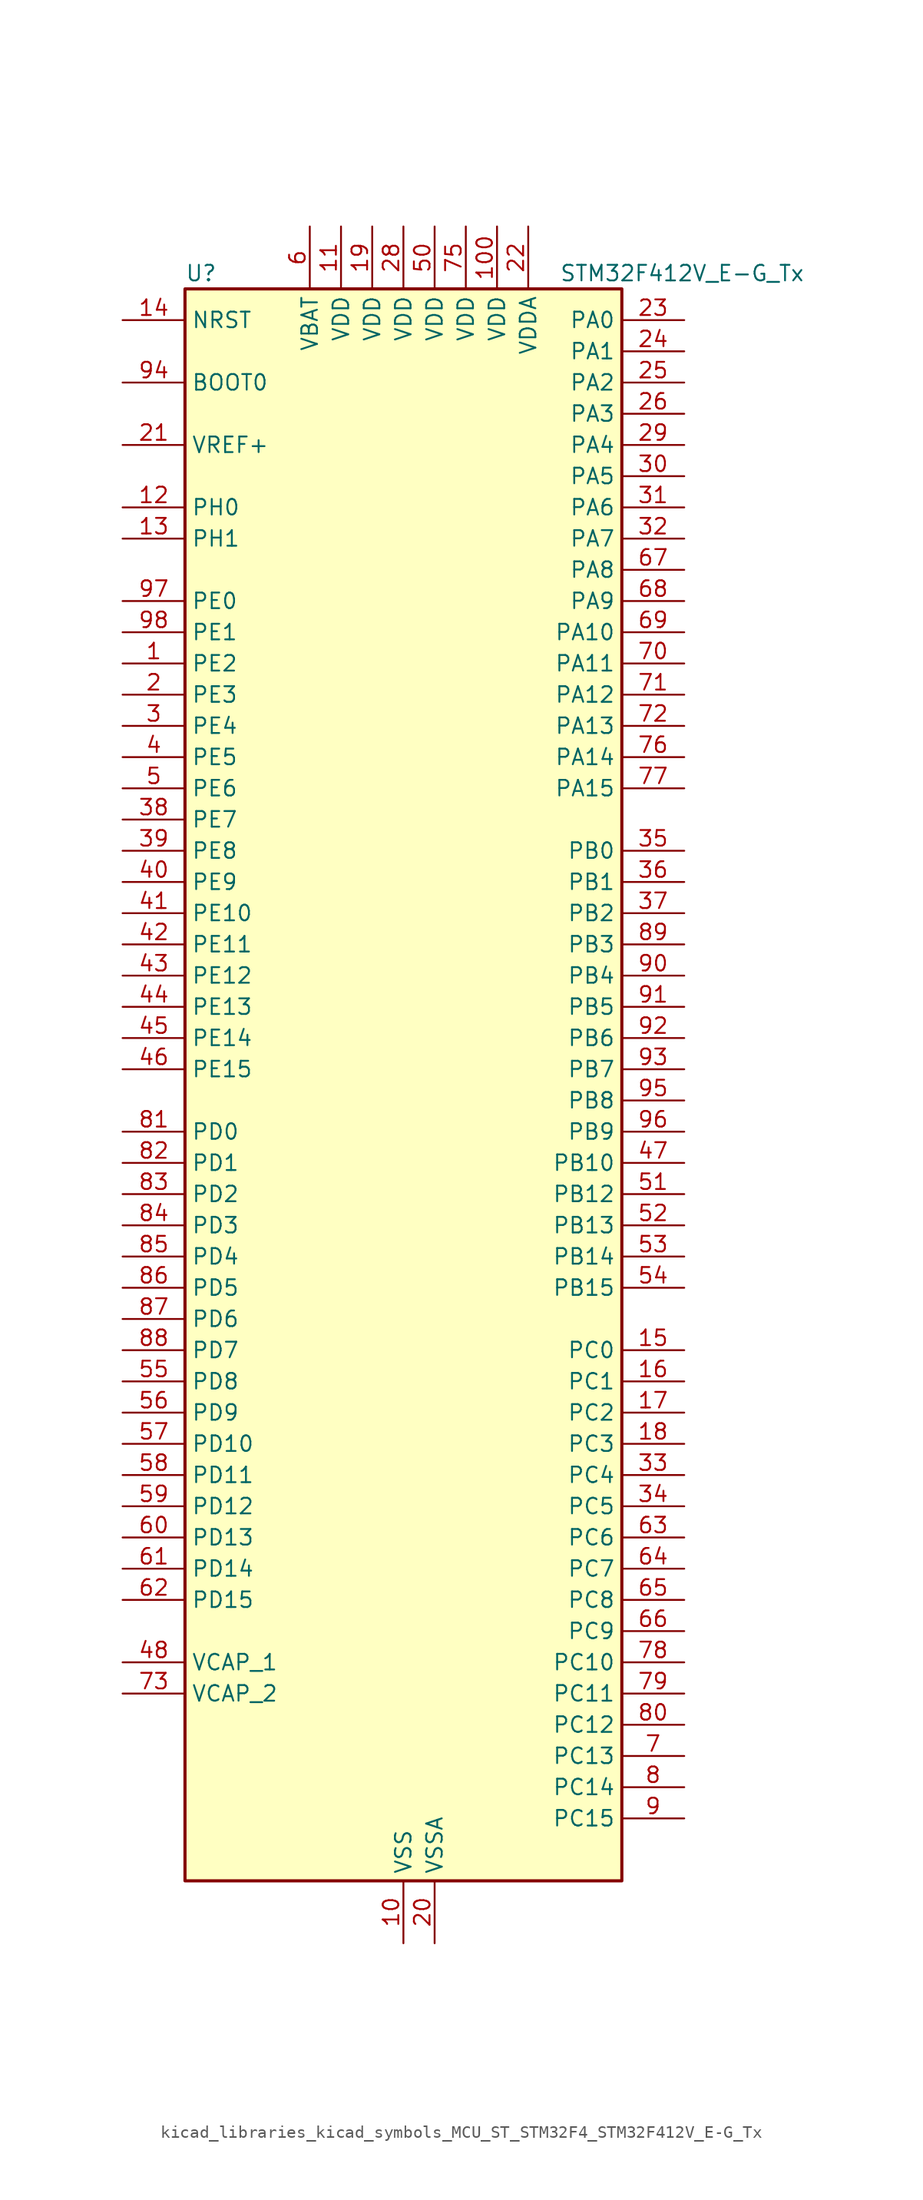
<source format=kicad_sym>
(kicad_symbol_lib
  (version 20220914)
  (generator kicad_symbol_editor)
  (symbol "kicad_libraries_kicad_symbols_MCU_ST_STM32F4_STM32F412V_E-G_Tx"
    (property "Reference" "U"
      (at -17.78 67.31 0)
      (effects (font (size 1.27 1.27)) (justify left)))
    (property "Value" "STM32F412V_E-G_Tx"
      (at 12.7 67.31 0)
      (effects (font (size 1.27 1.27)) (justify left)))
    (property "ki_locked" ""
      (at 0 0 0)
      (effects (font (size 1.27 1.27))))
    (symbol "kicad_libraries_kicad_symbols_MCU_ST_STM32F4_STM32F412V_E-G_Tx_0_1"
      (rectangle (start -17.78 -63.5) (end 17.78 66.04) (stroke (width 0.254) (type default)) (fill (type background))))
    (symbol "kicad_libraries_kicad_symbols_MCU_ST_STM32F4_STM32F412V_E-G_Tx_1_1"
      (pin bidirectional line (at -22.86 35.56 0) (length 5.08) (name "PE2" (effects (font (size 1.27 1.27)))) (number "1" (effects (font (size 1.27 1.27)))) (alternate "FSMC_A23" bidirectional line) (alternate "I2S4_CK" bidirectional line) (alternate "I2S5_CK" bidirectional line) (alternate "QUADSPI_BK1_IO2" bidirectional line) (alternate "SPI4_SCK" bidirectional line) (alternate "SPI5_SCK" bidirectional line) (alternate "SYS_TRACECLK" bidirectional line))
      (pin power_in line (at 0 -68.58 90) (length 5.08) (name "VSS" (effects (font (size 1.27 1.27)))) (number "10" (effects (font (size 1.27 1.27)))))
      (pin power_in line (at 7.62 71.12 270) (length 5.08) (name "VDD" (effects (font (size 1.27 1.27)))) (number "100" (effects (font (size 1.27 1.27)))))
      (pin power_in line (at -5.08 71.12 270) (length 5.08) (name "VDD" (effects (font (size 1.27 1.27)))) (number "11" (effects (font (size 1.27 1.27)))))
      (pin bidirectional line (at -22.86 48.26 0) (length 5.08) (name "PH0" (effects (font (size 1.27 1.27)))) (number "12" (effects (font (size 1.27 1.27)))) (alternate "RCC_OSC_IN" bidirectional line))
      (pin bidirectional line (at -22.86 45.72 0) (length 5.08) (name "PH1" (effects (font (size 1.27 1.27)))) (number "13" (effects (font (size 1.27 1.27)))) (alternate "RCC_OSC_OUT" bidirectional line))
      (pin input line (at -22.86 63.5 0) (length 5.08) (name "NRST" (effects (font (size 1.27 1.27)))) (number "14" (effects (font (size 1.27 1.27)))))
      (pin bidirectional line (at 22.86 -20.32 180) (length 5.08) (name "PC0" (effects (font (size 1.27 1.27)))) (number "15" (effects (font (size 1.27 1.27)))) (alternate "ADC1_IN10" bidirectional line) (alternate "SYS_WKUP2" bidirectional line))
      (pin bidirectional line (at 22.86 -22.86 180) (length 5.08) (name "PC1" (effects (font (size 1.27 1.27)))) (number "16" (effects (font (size 1.27 1.27)))) (alternate "ADC1_IN11" bidirectional line) (alternate "SYS_WKUP3" bidirectional line))
      (pin bidirectional line (at 22.86 -25.4 180) (length 5.08) (name "PC2" (effects (font (size 1.27 1.27)))) (number "17" (effects (font (size 1.27 1.27)))) (alternate "ADC1_IN12" bidirectional line) (alternate "DFSDM1_CKOUT" bidirectional line) (alternate "FSMC_NWE" bidirectional line) (alternate "I2S2_ext_SD" bidirectional line) (alternate "SPI2_MISO" bidirectional line))
      (pin bidirectional line (at 22.86 -27.94 180) (length 5.08) (name "PC3" (effects (font (size 1.27 1.27)))) (number "18" (effects (font (size 1.27 1.27)))) (alternate "ADC1_IN13" bidirectional line) (alternate "FSMC_A0" bidirectional line) (alternate "I2S2_SD" bidirectional line) (alternate "SPI2_MOSI" bidirectional line))
      (pin power_in line (at -2.54 71.12 270) (length 5.08) (name "VDD" (effects (font (size 1.27 1.27)))) (number "19" (effects (font (size 1.27 1.27)))))
      (pin bidirectional line (at -22.86 33.02 0) (length 5.08) (name "PE3" (effects (font (size 1.27 1.27)))) (number "2" (effects (font (size 1.27 1.27)))) (alternate "FSMC_A19" bidirectional line) (alternate "SYS_TRACED0" bidirectional line))
      (pin power_in line (at 2.54 -68.58 90) (length 5.08) (name "VSSA" (effects (font (size 1.27 1.27)))) (number "20" (effects (font (size 1.27 1.27)))))
      (pin input line (at -22.86 53.34 0) (length 5.08) (name "VREF+" (effects (font (size 1.27 1.27)))) (number "21" (effects (font (size 1.27 1.27)))))
      (pin power_in line (at 10.16 71.12 270) (length 5.08) (name "VDDA" (effects (font (size 1.27 1.27)))) (number "22" (effects (font (size 1.27 1.27)))))
      (pin bidirectional line (at 22.86 63.5 180) (length 5.08) (name "PA0" (effects (font (size 1.27 1.27)))) (number "23" (effects (font (size 1.27 1.27)))) (alternate "ADC1_IN0" bidirectional line) (alternate "SYS_WKUP1" bidirectional line) (alternate "TIM2_CH1" bidirectional line) (alternate "TIM2_ETR" bidirectional line) (alternate "TIM5_CH1" bidirectional line) (alternate "TIM8_ETR" bidirectional line) (alternate "USART2_CTS" bidirectional line))
      (pin bidirectional line (at 22.86 60.96 180) (length 5.08) (name "PA1" (effects (font (size 1.27 1.27)))) (number "24" (effects (font (size 1.27 1.27)))) (alternate "ADC1_IN1" bidirectional line) (alternate "I2S4_SD" bidirectional line) (alternate "QUADSPI_BK1_IO3" bidirectional line) (alternate "SPI4_MOSI" bidirectional line) (alternate "TIM2_CH2" bidirectional line) (alternate "TIM5_CH2" bidirectional line) (alternate "USART2_RTS" bidirectional line))
      (pin bidirectional line (at 22.86 58.42 180) (length 5.08) (name "PA2" (effects (font (size 1.27 1.27)))) (number "25" (effects (font (size 1.27 1.27)))) (alternate "ADC1_IN2" bidirectional line) (alternate "FSMC_D4" bidirectional line) (alternate "FSMC_DA4" bidirectional line) (alternate "I2S_CKIN" bidirectional line) (alternate "TIM2_CH3" bidirectional line) (alternate "TIM5_CH3" bidirectional line) (alternate "TIM9_CH1" bidirectional line) (alternate "USART2_TX" bidirectional line))
      (pin bidirectional line (at 22.86 55.88 180) (length 5.08) (name "PA3" (effects (font (size 1.27 1.27)))) (number "26" (effects (font (size 1.27 1.27)))) (alternate "ADC1_IN3" bidirectional line) (alternate "FSMC_D5" bidirectional line) (alternate "FSMC_DA5" bidirectional line) (alternate "I2S2_MCK" bidirectional line) (alternate "TIM2_CH4" bidirectional line) (alternate "TIM5_CH4" bidirectional line) (alternate "TIM9_CH2" bidirectional line) (alternate "USART2_RX" bidirectional line))
      (pin passive line (at 0 -68.58 90) (length 5.08) hide (name "VSS" (effects (font (size 1.27 1.27)))) (number "27" (effects (font (size 1.27 1.27)))))
      (pin power_in line (at 0 71.12 270) (length 5.08) (name "VDD" (effects (font (size 1.27 1.27)))) (number "28" (effects (font (size 1.27 1.27)))))
      (pin bidirectional line (at 22.86 53.34 180) (length 5.08) (name "PA4" (effects (font (size 1.27 1.27)))) (number "29" (effects (font (size 1.27 1.27)))) (alternate "ADC1_IN4" bidirectional line) (alternate "DFSDM1_DATIN1" bidirectional line) (alternate "FSMC_D6" bidirectional line) (alternate "FSMC_DA6" bidirectional line) (alternate "I2S1_WS" bidirectional line) (alternate "I2S3_WS" bidirectional line) (alternate "SPI1_NSS" bidirectional line) (alternate "SPI3_NSS" bidirectional line) (alternate "USART2_CK" bidirectional line))
      (pin bidirectional line (at -22.86 30.48 0) (length 5.08) (name "PE4" (effects (font (size 1.27 1.27)))) (number "3" (effects (font (size 1.27 1.27)))) (alternate "DFSDM1_DATIN3" bidirectional line) (alternate "FSMC_A20" bidirectional line) (alternate "I2S4_WS" bidirectional line) (alternate "I2S5_WS" bidirectional line) (alternate "SPI4_NSS" bidirectional line) (alternate "SPI5_NSS" bidirectional line) (alternate "SYS_TRACED1" bidirectional line))
      (pin bidirectional line (at 22.86 50.8 180) (length 5.08) (name "PA5" (effects (font (size 1.27 1.27)))) (number "30" (effects (font (size 1.27 1.27)))) (alternate "ADC1_IN5" bidirectional line) (alternate "DFSDM1_CKIN1" bidirectional line) (alternate "FSMC_D7" bidirectional line) (alternate "FSMC_DA7" bidirectional line) (alternate "I2S1_CK" bidirectional line) (alternate "SPI1_SCK" bidirectional line) (alternate "TIM2_CH1" bidirectional line) (alternate "TIM2_ETR" bidirectional line) (alternate "TIM8_CH1N" bidirectional line))
      (pin bidirectional line (at 22.86 48.26 180) (length 5.08) (name "PA6" (effects (font (size 1.27 1.27)))) (number "31" (effects (font (size 1.27 1.27)))) (alternate "ADC1_IN6" bidirectional line) (alternate "I2S2_MCK" bidirectional line) (alternate "QUADSPI_BK2_IO0" bidirectional line) (alternate "SDIO_CMD" bidirectional line) (alternate "SPI1_MISO" bidirectional line) (alternate "TIM13_CH1" bidirectional line) (alternate "TIM1_BKIN" bidirectional line) (alternate "TIM3_CH1" bidirectional line) (alternate "TIM8_BKIN" bidirectional line))
      (pin bidirectional line (at 22.86 45.72 180) (length 5.08) (name "PA7" (effects (font (size 1.27 1.27)))) (number "32" (effects (font (size 1.27 1.27)))) (alternate "ADC1_IN7" bidirectional line) (alternate "I2S1_SD" bidirectional line) (alternate "QUADSPI_BK2_IO1" bidirectional line) (alternate "SPI1_MOSI" bidirectional line) (alternate "TIM14_CH1" bidirectional line) (alternate "TIM1_CH1N" bidirectional line) (alternate "TIM3_CH2" bidirectional line) (alternate "TIM8_CH1N" bidirectional line))
      (pin bidirectional line (at 22.86 -30.48 180) (length 5.08) (name "PC4" (effects (font (size 1.27 1.27)))) (number "33" (effects (font (size 1.27 1.27)))) (alternate "ADC1_IN14" bidirectional line) (alternate "FSMC_NE4" bidirectional line) (alternate "I2S1_MCK" bidirectional line) (alternate "QUADSPI_BK2_IO2" bidirectional line))
      (pin bidirectional line (at 22.86 -33.02 180) (length 5.08) (name "PC5" (effects (font (size 1.27 1.27)))) (number "34" (effects (font (size 1.27 1.27)))) (alternate "ADC1_IN15" bidirectional line) (alternate "FMPI2C1_SMBA" bidirectional line) (alternate "FSMC_NOE" bidirectional line) (alternate "QUADSPI_BK2_IO3" bidirectional line) (alternate "USART3_RX" bidirectional line))
      (pin bidirectional line (at 22.86 20.32 180) (length 5.08) (name "PB0" (effects (font (size 1.27 1.27)))) (number "35" (effects (font (size 1.27 1.27)))) (alternate "ADC1_IN8" bidirectional line) (alternate "I2S5_CK" bidirectional line) (alternate "SPI5_SCK" bidirectional line) (alternate "TIM1_CH2N" bidirectional line) (alternate "TIM3_CH3" bidirectional line) (alternate "TIM8_CH2N" bidirectional line))
      (pin bidirectional line (at 22.86 17.78 180) (length 5.08) (name "PB1" (effects (font (size 1.27 1.27)))) (number "36" (effects (font (size 1.27 1.27)))) (alternate "ADC1_IN9" bidirectional line) (alternate "DFSDM1_DATIN0" bidirectional line) (alternate "I2S5_WS" bidirectional line) (alternate "QUADSPI_CLK" bidirectional line) (alternate "SPI5_NSS" bidirectional line) (alternate "TIM1_CH3N" bidirectional line) (alternate "TIM3_CH4" bidirectional line) (alternate "TIM8_CH3N" bidirectional line))
      (pin bidirectional line (at 22.86 15.24 180) (length 5.08) (name "PB2" (effects (font (size 1.27 1.27)))) (number "37" (effects (font (size 1.27 1.27)))) (alternate "DFSDM1_CKIN0" bidirectional line) (alternate "QUADSPI_CLK" bidirectional line))
      (pin bidirectional line (at -22.86 22.86 0) (length 5.08) (name "PE7" (effects (font (size 1.27 1.27)))) (number "38" (effects (font (size 1.27 1.27)))) (alternate "DFSDM1_DATIN2" bidirectional line) (alternate "FSMC_D4" bidirectional line) (alternate "FSMC_DA4" bidirectional line) (alternate "QUADSPI_BK2_IO0" bidirectional line) (alternate "TIM1_ETR" bidirectional line))
      (pin bidirectional line (at -22.86 20.32 0) (length 5.08) (name "PE8" (effects (font (size 1.27 1.27)))) (number "39" (effects (font (size 1.27 1.27)))) (alternate "DFSDM1_CKIN2" bidirectional line) (alternate "FSMC_D5" bidirectional line) (alternate "FSMC_DA5" bidirectional line) (alternate "QUADSPI_BK2_IO1" bidirectional line) (alternate "TIM1_CH1N" bidirectional line))
      (pin bidirectional line (at -22.86 27.94 0) (length 5.08) (name "PE5" (effects (font (size 1.27 1.27)))) (number "4" (effects (font (size 1.27 1.27)))) (alternate "DFSDM1_CKIN3" bidirectional line) (alternate "FSMC_A21" bidirectional line) (alternate "SPI4_MISO" bidirectional line) (alternate "SPI5_MISO" bidirectional line) (alternate "SYS_TRACED2" bidirectional line) (alternate "TIM9_CH1" bidirectional line))
      (pin bidirectional line (at -22.86 17.78 0) (length 5.08) (name "PE9" (effects (font (size 1.27 1.27)))) (number "40" (effects (font (size 1.27 1.27)))) (alternate "DFSDM1_CKOUT" bidirectional line) (alternate "FSMC_D6" bidirectional line) (alternate "FSMC_DA6" bidirectional line) (alternate "QUADSPI_BK2_IO2" bidirectional line) (alternate "TIM1_CH1" bidirectional line))
      (pin bidirectional line (at -22.86 15.24 0) (length 5.08) (name "PE10" (effects (font (size 1.27 1.27)))) (number "41" (effects (font (size 1.27 1.27)))) (alternate "FSMC_D7" bidirectional line) (alternate "FSMC_DA7" bidirectional line) (alternate "QUADSPI_BK2_IO3" bidirectional line) (alternate "TIM1_CH2N" bidirectional line))
      (pin bidirectional line (at -22.86 12.7 0) (length 5.08) (name "PE11" (effects (font (size 1.27 1.27)))) (number "42" (effects (font (size 1.27 1.27)))) (alternate "ADC1_EXTI11" bidirectional line) (alternate "FSMC_D8" bidirectional line) (alternate "FSMC_DA8" bidirectional line) (alternate "I2S4_WS" bidirectional line) (alternate "I2S5_WS" bidirectional line) (alternate "SPI4_NSS" bidirectional line) (alternate "SPI5_NSS" bidirectional line) (alternate "TIM1_CH2" bidirectional line))
      (pin bidirectional line (at -22.86 10.16 0) (length 5.08) (name "PE12" (effects (font (size 1.27 1.27)))) (number "43" (effects (font (size 1.27 1.27)))) (alternate "FSMC_D9" bidirectional line) (alternate "FSMC_DA9" bidirectional line) (alternate "I2S4_CK" bidirectional line) (alternate "I2S5_CK" bidirectional line) (alternate "SPI4_SCK" bidirectional line) (alternate "SPI5_SCK" bidirectional line) (alternate "TIM1_CH3N" bidirectional line))
      (pin bidirectional line (at -22.86 7.62 0) (length 5.08) (name "PE13" (effects (font (size 1.27 1.27)))) (number "44" (effects (font (size 1.27 1.27)))) (alternate "FSMC_D10" bidirectional line) (alternate "FSMC_DA10" bidirectional line) (alternate "SPI4_MISO" bidirectional line) (alternate "SPI5_MISO" bidirectional line) (alternate "TIM1_CH3" bidirectional line))
      (pin bidirectional line (at -22.86 5.08 0) (length 5.08) (name "PE14" (effects (font (size 1.27 1.27)))) (number "45" (effects (font (size 1.27 1.27)))) (alternate "FSMC_D11" bidirectional line) (alternate "FSMC_DA11" bidirectional line) (alternate "I2S4_SD" bidirectional line) (alternate "I2S5_SD" bidirectional line) (alternate "SPI4_MOSI" bidirectional line) (alternate "SPI5_MOSI" bidirectional line) (alternate "TIM1_CH4" bidirectional line))
      (pin bidirectional line (at -22.86 2.54 0) (length 5.08) (name "PE15" (effects (font (size 1.27 1.27)))) (number "46" (effects (font (size 1.27 1.27)))) (alternate "ADC1_EXTI15" bidirectional line) (alternate "FSMC_D12" bidirectional line) (alternate "FSMC_DA12" bidirectional line) (alternate "TIM1_BKIN" bidirectional line))
      (pin bidirectional line (at 22.86 -5.08 180) (length 5.08) (name "PB10" (effects (font (size 1.27 1.27)))) (number "47" (effects (font (size 1.27 1.27)))) (alternate "FMPI2C1_SCL" bidirectional line) (alternate "I2C2_SCL" bidirectional line) (alternate "I2S2_CK" bidirectional line) (alternate "I2S3_MCK" bidirectional line) (alternate "SDIO_D7" bidirectional line) (alternate "SPI2_SCK" bidirectional line) (alternate "TIM2_CH3" bidirectional line) (alternate "USART3_TX" bidirectional line))
      (pin power_out line (at -22.86 -45.72 0) (length 5.08) (name "VCAP_1" (effects (font (size 1.27 1.27)))) (number "48" (effects (font (size 1.27 1.27)))))
      (pin passive line (at 0 -68.58 90) (length 5.08) hide (name "VSS" (effects (font (size 1.27 1.27)))) (number "49" (effects (font (size 1.27 1.27)))))
      (pin bidirectional line (at -22.86 25.4 0) (length 5.08) (name "PE6" (effects (font (size 1.27 1.27)))) (number "5" (effects (font (size 1.27 1.27)))) (alternate "FSMC_A22" bidirectional line) (alternate "I2S4_SD" bidirectional line) (alternate "I2S5_SD" bidirectional line) (alternate "SPI4_MOSI" bidirectional line) (alternate "SPI5_MOSI" bidirectional line) (alternate "SYS_TRACED3" bidirectional line) (alternate "TIM9_CH2" bidirectional line))
      (pin power_in line (at 2.54 71.12 270) (length 5.08) (name "VDD" (effects (font (size 1.27 1.27)))) (number "50" (effects (font (size 1.27 1.27)))))
      (pin bidirectional line (at 22.86 -7.62 180) (length 5.08) (name "PB12" (effects (font (size 1.27 1.27)))) (number "51" (effects (font (size 1.27 1.27)))) (alternate "CAN2_RX" bidirectional line) (alternate "DFSDM1_DATIN1" bidirectional line) (alternate "FSMC_D13" bidirectional line) (alternate "FSMC_DA13" bidirectional line) (alternate "I2C2_SMBA" bidirectional line) (alternate "I2S2_WS" bidirectional line) (alternate "I2S3_CK" bidirectional line) (alternate "I2S4_WS" bidirectional line) (alternate "SPI2_NSS" bidirectional line) (alternate "SPI3_SCK" bidirectional line) (alternate "SPI4_NSS" bidirectional line) (alternate "TIM1_BKIN" bidirectional line) (alternate "USART3_CK" bidirectional line))
      (pin bidirectional line (at 22.86 -10.16 180) (length 5.08) (name "PB13" (effects (font (size 1.27 1.27)))) (number "52" (effects (font (size 1.27 1.27)))) (alternate "CAN2_TX" bidirectional line) (alternate "DFSDM1_CKIN1" bidirectional line) (alternate "FMPI2C1_SMBA" bidirectional line) (alternate "I2S2_CK" bidirectional line) (alternate "I2S4_CK" bidirectional line) (alternate "SPI2_SCK" bidirectional line) (alternate "SPI4_SCK" bidirectional line) (alternate "TIM1_CH1N" bidirectional line) (alternate "USART3_CTS" bidirectional line))
      (pin bidirectional line (at 22.86 -12.7 180) (length 5.08) (name "PB14" (effects (font (size 1.27 1.27)))) (number "53" (effects (font (size 1.27 1.27)))) (alternate "DFSDM1_DATIN2" bidirectional line) (alternate "FMPI2C1_SDA" bidirectional line) (alternate "FSMC_D0" bidirectional line) (alternate "FSMC_DA0" bidirectional line) (alternate "I2S2_ext_SD" bidirectional line) (alternate "SDIO_D6" bidirectional line) (alternate "SPI2_MISO" bidirectional line) (alternate "TIM12_CH1" bidirectional line) (alternate "TIM1_CH2N" bidirectional line) (alternate "TIM8_CH2N" bidirectional line) (alternate "USART3_RTS" bidirectional line))
      (pin bidirectional line (at 22.86 -15.24 180) (length 5.08) (name "PB15" (effects (font (size 1.27 1.27)))) (number "54" (effects (font (size 1.27 1.27)))) (alternate "ADC1_EXTI15" bidirectional line) (alternate "DFSDM1_CKIN2" bidirectional line) (alternate "FMPI2C1_SCL" bidirectional line) (alternate "I2S2_SD" bidirectional line) (alternate "RTC_REFIN" bidirectional line) (alternate "SDIO_CK" bidirectional line) (alternate "SPI2_MOSI" bidirectional line) (alternate "TIM12_CH2" bidirectional line) (alternate "TIM1_CH3N" bidirectional line) (alternate "TIM8_CH3N" bidirectional line))
      (pin bidirectional line (at -22.86 -22.86 0) (length 5.08) (name "PD8" (effects (font (size 1.27 1.27)))) (number "55" (effects (font (size 1.27 1.27)))) (alternate "FSMC_D13" bidirectional line) (alternate "FSMC_DA13" bidirectional line) (alternate "USART3_TX" bidirectional line))
      (pin bidirectional line (at -22.86 -25.4 0) (length 5.08) (name "PD9" (effects (font (size 1.27 1.27)))) (number "56" (effects (font (size 1.27 1.27)))) (alternate "FSMC_D14" bidirectional line) (alternate "FSMC_DA14" bidirectional line) (alternate "USART3_RX" bidirectional line))
      (pin bidirectional line (at -22.86 -27.94 0) (length 5.08) (name "PD10" (effects (font (size 1.27 1.27)))) (number "57" (effects (font (size 1.27 1.27)))) (alternate "FSMC_D15" bidirectional line) (alternate "FSMC_DA15" bidirectional line) (alternate "USART3_CK" bidirectional line))
      (pin bidirectional line (at -22.86 -30.48 0) (length 5.08) (name "PD11" (effects (font (size 1.27 1.27)))) (number "58" (effects (font (size 1.27 1.27)))) (alternate "ADC1_EXTI11" bidirectional line) (alternate "FMPI2C1_SMBA" bidirectional line) (alternate "FSMC_A16" bidirectional line) (alternate "QUADSPI_BK1_IO0" bidirectional line) (alternate "USART3_CTS" bidirectional line))
      (pin bidirectional line (at -22.86 -33.02 0) (length 5.08) (name "PD12" (effects (font (size 1.27 1.27)))) (number "59" (effects (font (size 1.27 1.27)))) (alternate "FMPI2C1_SCL" bidirectional line) (alternate "FSMC_A17" bidirectional line) (alternate "QUADSPI_BK1_IO1" bidirectional line) (alternate "TIM4_CH1" bidirectional line) (alternate "USART3_RTS" bidirectional line))
      (pin power_in line (at -7.62 71.12 270) (length 5.08) (name "VBAT" (effects (font (size 1.27 1.27)))) (number "6" (effects (font (size 1.27 1.27)))))
      (pin bidirectional line (at -22.86 -35.56 0) (length 5.08) (name "PD13" (effects (font (size 1.27 1.27)))) (number "60" (effects (font (size 1.27 1.27)))) (alternate "FMPI2C1_SDA" bidirectional line) (alternate "FSMC_A18" bidirectional line) (alternate "QUADSPI_BK1_IO3" bidirectional line) (alternate "TIM4_CH2" bidirectional line))
      (pin bidirectional line (at -22.86 -38.1 0) (length 5.08) (name "PD14" (effects (font (size 1.27 1.27)))) (number "61" (effects (font (size 1.27 1.27)))) (alternate "FMPI2C1_SCL" bidirectional line) (alternate "FSMC_D0" bidirectional line) (alternate "FSMC_DA0" bidirectional line) (alternate "TIM4_CH3" bidirectional line))
      (pin bidirectional line (at -22.86 -40.64 0) (length 5.08) (name "PD15" (effects (font (size 1.27 1.27)))) (number "62" (effects (font (size 1.27 1.27)))) (alternate "ADC1_EXTI15" bidirectional line) (alternate "FMPI2C1_SDA" bidirectional line) (alternate "FSMC_D1" bidirectional line) (alternate "FSMC_DA1" bidirectional line) (alternate "TIM4_CH4" bidirectional line))
      (pin bidirectional line (at 22.86 -35.56 180) (length 5.08) (name "PC6" (effects (font (size 1.27 1.27)))) (number "63" (effects (font (size 1.27 1.27)))) (alternate "DFSDM1_CKIN3" bidirectional line) (alternate "FMPI2C1_SCL" bidirectional line) (alternate "FSMC_D1" bidirectional line) (alternate "FSMC_DA1" bidirectional line) (alternate "I2S2_MCK" bidirectional line) (alternate "SDIO_D6" bidirectional line) (alternate "TIM3_CH1" bidirectional line) (alternate "TIM8_CH1" bidirectional line) (alternate "USART6_TX" bidirectional line))
      (pin bidirectional line (at 22.86 -38.1 180) (length 5.08) (name "PC7" (effects (font (size 1.27 1.27)))) (number "64" (effects (font (size 1.27 1.27)))) (alternate "DFSDM1_DATIN3" bidirectional line) (alternate "FMPI2C1_SDA" bidirectional line) (alternate "I2S2_CK" bidirectional line) (alternate "I2S3_MCK" bidirectional line) (alternate "SDIO_D7" bidirectional line) (alternate "SPI2_SCK" bidirectional line) (alternate "TIM3_CH2" bidirectional line) (alternate "TIM8_CH2" bidirectional line) (alternate "USART6_RX" bidirectional line))
      (pin bidirectional line (at 22.86 -40.64 180) (length 5.08) (name "PC8" (effects (font (size 1.27 1.27)))) (number "65" (effects (font (size 1.27 1.27)))) (alternate "QUADSPI_BK1_IO2" bidirectional line) (alternate "SDIO_D0" bidirectional line) (alternate "TIM3_CH3" bidirectional line) (alternate "TIM8_CH3" bidirectional line) (alternate "USART6_CK" bidirectional line))
      (pin bidirectional line (at 22.86 -43.18 180) (length 5.08) (name "PC9" (effects (font (size 1.27 1.27)))) (number "66" (effects (font (size 1.27 1.27)))) (alternate "I2C3_SDA" bidirectional line) (alternate "I2S_CKIN" bidirectional line) (alternate "QUADSPI_BK1_IO0" bidirectional line) (alternate "RCC_MCO_2" bidirectional line) (alternate "SDIO_D1" bidirectional line) (alternate "TIM3_CH4" bidirectional line) (alternate "TIM8_CH4" bidirectional line))
      (pin bidirectional line (at 22.86 43.18 180) (length 5.08) (name "PA8" (effects (font (size 1.27 1.27)))) (number "67" (effects (font (size 1.27 1.27)))) (alternate "I2C3_SCL" bidirectional line) (alternate "RCC_MCO_1" bidirectional line) (alternate "SDIO_D1" bidirectional line) (alternate "TIM1_CH1" bidirectional line) (alternate "USART1_CK" bidirectional line) (alternate "USB_OTG_FS_SOF" bidirectional line))
      (pin bidirectional line (at 22.86 40.64 180) (length 5.08) (name "PA9" (effects (font (size 1.27 1.27)))) (number "68" (effects (font (size 1.27 1.27)))) (alternate "I2C3_SMBA" bidirectional line) (alternate "SDIO_D2" bidirectional line) (alternate "TIM1_CH2" bidirectional line) (alternate "USART1_TX" bidirectional line) (alternate "USB_OTG_FS_VBUS" bidirectional line))
      (pin bidirectional line (at 22.86 38.1 180) (length 5.08) (name "PA10" (effects (font (size 1.27 1.27)))) (number "69" (effects (font (size 1.27 1.27)))) (alternate "I2S5_SD" bidirectional line) (alternate "SPI5_MOSI" bidirectional line) (alternate "TIM1_CH3" bidirectional line) (alternate "USART1_RX" bidirectional line) (alternate "USB_OTG_FS_ID" bidirectional line))
      (pin bidirectional line (at 22.86 -53.34 180) (length 5.08) (name "PC13" (effects (font (size 1.27 1.27)))) (number "7" (effects (font (size 1.27 1.27)))) (alternate "RTC_AF1" bidirectional line))
      (pin bidirectional line (at 22.86 35.56 180) (length 5.08) (name "PA11" (effects (font (size 1.27 1.27)))) (number "70" (effects (font (size 1.27 1.27)))) (alternate "ADC1_EXTI11" bidirectional line) (alternate "CAN1_RX" bidirectional line) (alternate "SPI4_MISO" bidirectional line) (alternate "TIM1_CH4" bidirectional line) (alternate "USART1_CTS" bidirectional line) (alternate "USART6_TX" bidirectional line) (alternate "USB_OTG_FS_DM" bidirectional line))
      (pin bidirectional line (at 22.86 33.02 180) (length 5.08) (name "PA12" (effects (font (size 1.27 1.27)))) (number "71" (effects (font (size 1.27 1.27)))) (alternate "CAN1_TX" bidirectional line) (alternate "SPI5_MISO" bidirectional line) (alternate "TIM1_ETR" bidirectional line) (alternate "USART1_RTS" bidirectional line) (alternate "USART6_RX" bidirectional line) (alternate "USB_OTG_FS_DP" bidirectional line))
      (pin bidirectional line (at 22.86 30.48 180) (length 5.08) (name "PA13" (effects (font (size 1.27 1.27)))) (number "72" (effects (font (size 1.27 1.27)))) (alternate "SYS_JTMS-SWDIO" bidirectional line))
      (pin power_out line (at -22.86 -48.26 0) (length 5.08) (name "VCAP_2" (effects (font (size 1.27 1.27)))) (number "73" (effects (font (size 1.27 1.27)))))
      (pin passive line (at 0 -68.58 90) (length 5.08) hide (name "VSS" (effects (font (size 1.27 1.27)))) (number "74" (effects (font (size 1.27 1.27)))))
      (pin power_in line (at 5.08 71.12 270) (length 5.08) (name "VDD" (effects (font (size 1.27 1.27)))) (number "75" (effects (font (size 1.27 1.27)))))
      (pin bidirectional line (at 22.86 27.94 180) (length 5.08) (name "PA14" (effects (font (size 1.27 1.27)))) (number "76" (effects (font (size 1.27 1.27)))) (alternate "SYS_JTCK-SWCLK" bidirectional line))
      (pin bidirectional line (at 22.86 25.4 180) (length 5.08) (name "PA15" (effects (font (size 1.27 1.27)))) (number "77" (effects (font (size 1.27 1.27)))) (alternate "ADC1_EXTI15" bidirectional line) (alternate "I2S1_WS" bidirectional line) (alternate "I2S3_WS" bidirectional line) (alternate "SPI1_NSS" bidirectional line) (alternate "SPI3_NSS" bidirectional line) (alternate "SYS_JTDI" bidirectional line) (alternate "TIM2_CH1" bidirectional line) (alternate "TIM2_ETR" bidirectional line) (alternate "USART1_TX" bidirectional line))
      (pin bidirectional line (at 22.86 -45.72 180) (length 5.08) (name "PC10" (effects (font (size 1.27 1.27)))) (number "78" (effects (font (size 1.27 1.27)))) (alternate "I2S3_CK" bidirectional line) (alternate "QUADSPI_BK1_IO1" bidirectional line) (alternate "SDIO_D2" bidirectional line) (alternate "SPI3_SCK" bidirectional line) (alternate "USART3_TX" bidirectional line))
      (pin bidirectional line (at 22.86 -48.26 180) (length 5.08) (name "PC11" (effects (font (size 1.27 1.27)))) (number "79" (effects (font (size 1.27 1.27)))) (alternate "ADC1_EXTI11" bidirectional line) (alternate "FSMC_D2" bidirectional line) (alternate "FSMC_DA2" bidirectional line) (alternate "I2S3_ext_SD" bidirectional line) (alternate "QUADSPI_BK2_NCS" bidirectional line) (alternate "SDIO_D3" bidirectional line) (alternate "SPI3_MISO" bidirectional line) (alternate "USART3_RX" bidirectional line))
      (pin bidirectional line (at 22.86 -55.88 180) (length 5.08) (name "PC14" (effects (font (size 1.27 1.27)))) (number "8" (effects (font (size 1.27 1.27)))) (alternate "RCC_OSC32_IN" bidirectional line))
      (pin bidirectional line (at 22.86 -50.8 180) (length 5.08) (name "PC12" (effects (font (size 1.27 1.27)))) (number "80" (effects (font (size 1.27 1.27)))) (alternate "FSMC_D3" bidirectional line) (alternate "FSMC_DA3" bidirectional line) (alternate "I2S3_SD" bidirectional line) (alternate "SDIO_CK" bidirectional line) (alternate "SPI3_MOSI" bidirectional line) (alternate "USART3_CK" bidirectional line))
      (pin bidirectional line (at -22.86 -2.54 0) (length 5.08) (name "PD0" (effects (font (size 1.27 1.27)))) (number "81" (effects (font (size 1.27 1.27)))) (alternate "CAN1_RX" bidirectional line) (alternate "FSMC_D2" bidirectional line) (alternate "FSMC_DA2" bidirectional line))
      (pin bidirectional line (at -22.86 -5.08 0) (length 5.08) (name "PD1" (effects (font (size 1.27 1.27)))) (number "82" (effects (font (size 1.27 1.27)))) (alternate "CAN1_TX" bidirectional line) (alternate "FSMC_D3" bidirectional line) (alternate "FSMC_DA3" bidirectional line))
      (pin bidirectional line (at -22.86 -7.62 0) (length 5.08) (name "PD2" (effects (font (size 1.27 1.27)))) (number "83" (effects (font (size 1.27 1.27)))) (alternate "FSMC_NWE" bidirectional line) (alternate "SDIO_CMD" bidirectional line) (alternate "TIM3_ETR" bidirectional line))
      (pin bidirectional line (at -22.86 -10.16 0) (length 5.08) (name "PD3" (effects (font (size 1.27 1.27)))) (number "84" (effects (font (size 1.27 1.27)))) (alternate "DFSDM1_DATIN0" bidirectional line) (alternate "FSMC_CLK" bidirectional line) (alternate "I2S2_CK" bidirectional line) (alternate "QUADSPI_CLK" bidirectional line) (alternate "SPI2_SCK" bidirectional line) (alternate "SYS_TRACED1" bidirectional line) (alternate "USART2_CTS" bidirectional line))
      (pin bidirectional line (at -22.86 -12.7 0) (length 5.08) (name "PD4" (effects (font (size 1.27 1.27)))) (number "85" (effects (font (size 1.27 1.27)))) (alternate "DFSDM1_CKIN0" bidirectional line) (alternate "FSMC_NOE" bidirectional line) (alternate "USART2_RTS" bidirectional line))
      (pin bidirectional line (at -22.86 -15.24 0) (length 5.08) (name "PD5" (effects (font (size 1.27 1.27)))) (number "86" (effects (font (size 1.27 1.27)))) (alternate "FSMC_NWE" bidirectional line) (alternate "USART2_TX" bidirectional line))
      (pin bidirectional line (at -22.86 -17.78 0) (length 5.08) (name "PD6" (effects (font (size 1.27 1.27)))) (number "87" (effects (font (size 1.27 1.27)))) (alternate "DFSDM1_DATIN1" bidirectional line) (alternate "FSMC_NWAIT" bidirectional line) (alternate "I2S3_SD" bidirectional line) (alternate "SPI3_MOSI" bidirectional line) (alternate "USART2_RX" bidirectional line))
      (pin bidirectional line (at -22.86 -20.32 0) (length 5.08) (name "PD7" (effects (font (size 1.27 1.27)))) (number "88" (effects (font (size 1.27 1.27)))) (alternate "DFSDM1_CKIN1" bidirectional line) (alternate "FSMC_NE1" bidirectional line) (alternate "USART2_CK" bidirectional line))
      (pin bidirectional line (at 22.86 12.7 180) (length 5.08) (name "PB3" (effects (font (size 1.27 1.27)))) (number "89" (effects (font (size 1.27 1.27)))) (alternate "FMPI2C1_SDA" bidirectional line) (alternate "I2C2_SDA" bidirectional line) (alternate "I2S1_CK" bidirectional line) (alternate "I2S3_CK" bidirectional line) (alternate "SPI1_SCK" bidirectional line) (alternate "SPI3_SCK" bidirectional line) (alternate "SYS_JTDO-SWO" bidirectional line) (alternate "TIM2_CH2" bidirectional line) (alternate "USART1_RX" bidirectional line))
      (pin bidirectional line (at 22.86 -58.42 180) (length 5.08) (name "PC15" (effects (font (size 1.27 1.27)))) (number "9" (effects (font (size 1.27 1.27)))) (alternate "ADC1_EXTI15" bidirectional line) (alternate "RCC_OSC32_OUT" bidirectional line))
      (pin bidirectional line (at 22.86 10.16 180) (length 5.08) (name "PB4" (effects (font (size 1.27 1.27)))) (number "90" (effects (font (size 1.27 1.27)))) (alternate "I2C3_SDA" bidirectional line) (alternate "I2S3_ext_SD" bidirectional line) (alternate "SDIO_D0" bidirectional line) (alternate "SPI1_MISO" bidirectional line) (alternate "SPI3_MISO" bidirectional line) (alternate "SYS_JTRST" bidirectional line) (alternate "TIM3_CH1" bidirectional line))
      (pin bidirectional line (at 22.86 7.62 180) (length 5.08) (name "PB5" (effects (font (size 1.27 1.27)))) (number "91" (effects (font (size 1.27 1.27)))) (alternate "CAN2_RX" bidirectional line) (alternate "I2C1_SMBA" bidirectional line) (alternate "I2S1_SD" bidirectional line) (alternate "I2S3_SD" bidirectional line) (alternate "SDIO_D3" bidirectional line) (alternate "SPI1_MOSI" bidirectional line) (alternate "SPI3_MOSI" bidirectional line) (alternate "TIM3_CH2" bidirectional line))
      (pin bidirectional line (at 22.86 5.08 180) (length 5.08) (name "PB6" (effects (font (size 1.27 1.27)))) (number "92" (effects (font (size 1.27 1.27)))) (alternate "CAN2_TX" bidirectional line) (alternate "I2C1_SCL" bidirectional line) (alternate "QUADSPI_BK1_NCS" bidirectional line) (alternate "SDIO_D0" bidirectional line) (alternate "TIM4_CH1" bidirectional line) (alternate "USART1_TX" bidirectional line))
      (pin bidirectional line (at 22.86 2.54 180) (length 5.08) (name "PB7" (effects (font (size 1.27 1.27)))) (number "93" (effects (font (size 1.27 1.27)))) (alternate "FSMC_NL" bidirectional line) (alternate "I2C1_SDA" bidirectional line) (alternate "TIM4_CH2" bidirectional line) (alternate "USART1_RX" bidirectional line))
      (pin input line (at -22.86 58.42 0) (length 5.08) (name "BOOT0" (effects (font (size 1.27 1.27)))) (number "94" (effects (font (size 1.27 1.27)))))
      (pin bidirectional line (at 22.86 0 180) (length 5.08) (name "PB8" (effects (font (size 1.27 1.27)))) (number "95" (effects (font (size 1.27 1.27)))) (alternate "CAN1_RX" bidirectional line) (alternate "I2C1_SCL" bidirectional line) (alternate "I2C3_SDA" bidirectional line) (alternate "I2S5_SD" bidirectional line) (alternate "SDIO_D4" bidirectional line) (alternate "SPI5_MOSI" bidirectional line) (alternate "TIM10_CH1" bidirectional line) (alternate "TIM4_CH3" bidirectional line))
      (pin bidirectional line (at 22.86 -2.54 180) (length 5.08) (name "PB9" (effects (font (size 1.27 1.27)))) (number "96" (effects (font (size 1.27 1.27)))) (alternate "CAN1_TX" bidirectional line) (alternate "I2C1_SDA" bidirectional line) (alternate "I2C2_SDA" bidirectional line) (alternate "I2S2_WS" bidirectional line) (alternate "SDIO_D5" bidirectional line) (alternate "SPI2_NSS" bidirectional line) (alternate "TIM11_CH1" bidirectional line) (alternate "TIM4_CH4" bidirectional line))
      (pin bidirectional line (at -22.86 40.64 0) (length 5.08) (name "PE0" (effects (font (size 1.27 1.27)))) (number "97" (effects (font (size 1.27 1.27)))) (alternate "FSMC_NBL0" bidirectional line) (alternate "TIM4_ETR" bidirectional line))
      (pin bidirectional line (at -22.86 38.1 0) (length 5.08) (name "PE1" (effects (font (size 1.27 1.27)))) (number "98" (effects (font (size 1.27 1.27)))) (alternate "FSMC_NBL1" bidirectional line))
      (pin passive line (at 0 -68.58 90) (length 5.08) hide (name "VSS" (effects (font (size 1.27 1.27)))) (number "99" (effects (font (size 1.27 1.27))))))))
</source>
